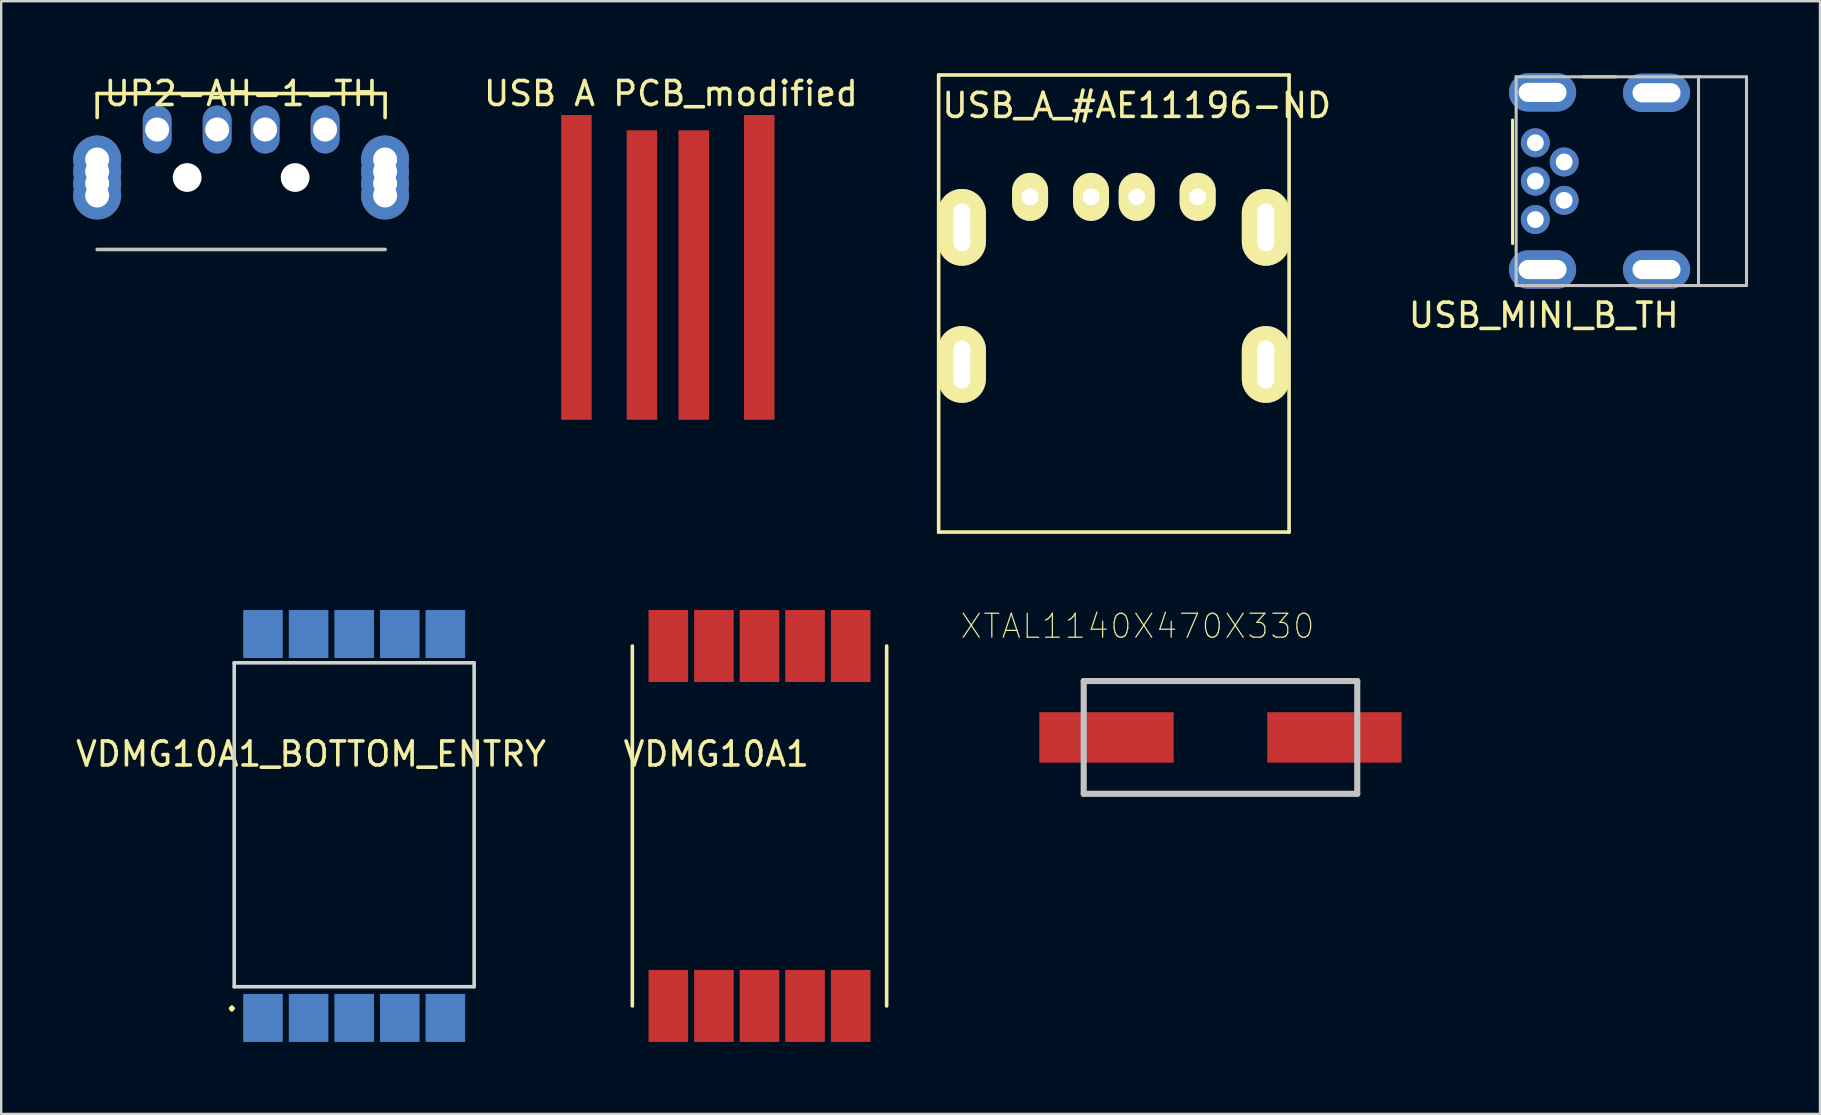
<source format=kicad_pcb>
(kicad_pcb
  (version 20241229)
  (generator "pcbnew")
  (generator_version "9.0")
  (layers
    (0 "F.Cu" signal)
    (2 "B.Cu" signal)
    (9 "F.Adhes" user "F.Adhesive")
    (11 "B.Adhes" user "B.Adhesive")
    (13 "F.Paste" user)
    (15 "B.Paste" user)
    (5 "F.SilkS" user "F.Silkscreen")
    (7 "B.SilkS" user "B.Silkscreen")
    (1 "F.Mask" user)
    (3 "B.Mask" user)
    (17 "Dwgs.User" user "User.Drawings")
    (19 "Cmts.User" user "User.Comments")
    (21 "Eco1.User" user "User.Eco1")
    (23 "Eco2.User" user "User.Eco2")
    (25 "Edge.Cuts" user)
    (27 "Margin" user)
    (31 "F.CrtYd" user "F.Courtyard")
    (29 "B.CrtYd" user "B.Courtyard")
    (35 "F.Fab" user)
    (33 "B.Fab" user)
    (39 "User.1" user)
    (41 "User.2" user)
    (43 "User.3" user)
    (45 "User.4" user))
  (footprint "VDMG10A1"
    (layer "F.Cu")
    (at 28.504 31.175)
    (property "Reference" "VDMG10A1" (at -1.7 -2.8 0) (layer "F.SilkS") (effects (font (size 1 1) (thickness 0.15))))
    (attr through_hole)
    (fp_line (start -5.2 7.7) (end -5.2 -7.3) (stroke (width 0.15) (type solid)) (layer "F.SilkS"))
    (fp_line (start 5.4 -7.3) (end 5.4 7.7) (stroke (width 0.15) (type solid)) (layer "F.SilkS"))
    (pad "1" smd rect (at -3.7 7.7) (size 1.65 3) (layers "F.Cu" "F.Mask" "F.Paste"))
    (pad "2" smd rect (at -1.8 7.7) (size 1.65 3) (layers "F.Cu" "F.Mask" "F.Paste"))
    (pad "3" smd rect (at 0.1 7.7) (size 1.65 3) (layers "F.Cu" "F.Mask" "F.Paste"))
    (pad "4" smd rect (at 2 7.7) (size 1.65 3) (layers "F.Cu" "F.Mask" "F.Paste"))
    (pad "5" smd rect (at 3.9 7.7) (size 1.65 3) (layers "F.Cu" "F.Mask" "F.Paste"))
    (pad "6" smd rect (at 3.9 -7.3) (size 1.65 3) (layers "F.Cu" "F.Mask" "F.Paste"))
    (pad "7" smd rect (at 2 -7.3) (size 1.65 3) (layers "F.Cu" "F.Mask" "F.Paste"))
    (pad "8" smd rect (at 0.1 -7.3) (size 1.65 3) (layers "F.Cu" "F.Mask" "F.Paste"))
    (pad "9" smd rect (at -1.8 -7.3) (size 1.65 3) (layers "F.Cu" "F.Mask" "F.Paste"))
    (pad "10" smd rect (at -3.7 -7.3) (size 1.65 3) (layers "F.Cu" "F.Mask" "F.Paste")))
  (footprint "USB_A_#AE11196-ND"
    (layer "F.Cu")
    (at 36.071 19.125)
    (property "Reference" "USB_A_#AE11196-ND" (at 8.255 -17.78 0) (layer "F.SilkS") (effects (font (size 1 1) (thickness 0.15))))
    (attr through_hole)
    (fp_line (start 0 0) (end 0 -19.05) (stroke (width 0.15) (type solid)) (layer "F.SilkS"))
    (fp_line (start 0 0) (end 14.605 0) (stroke (width 0.15) (type solid)) (layer "F.SilkS"))
    (fp_line (start 14.605 -19.05) (end 0 -19.05) (stroke (width 0.15) (type solid)) (layer "F.SilkS"))
    (fp_line (start 14.605 -19.05) (end 14.605 0) (stroke (width 0.15) (type solid)) (layer "F.SilkS"))
    (pad "0" thru_hole oval (at 0.97 -12.7) (size 2 3.2) (drill oval 0.7 2) (layers "*.Cu" "*.Mask" "F.SilkS"))
    (pad "0" thru_hole oval (at 0.97 -6.985) (size 2 3.2) (drill oval 0.7 2) (layers "*.Cu" "*.Mask" "F.SilkS"))
    (pad "0" thru_hole oval (at 13.635 -12.7) (size 2 3.2) (drill oval 0.7 2) (layers "*.Cu" "*.Mask" "F.SilkS"))
    (pad "0" thru_hole oval (at 13.635 -6.985) (size 2 3.2) (drill oval 0.7 2) (layers "*.Cu" "*.Mask" "F.SilkS"))
    (pad "1" thru_hole oval (at 3.81 -13.97) (size 1.5 2) (drill 0.7) (layers "*.Cu" "*.Mask" "F.SilkS"))
    (pad "2" thru_hole oval (at 6.35 -13.97) (size 1.5 2) (drill 0.7) (layers "*.Cu" "*.Mask" "F.SilkS"))
    (pad "3" thru_hole oval (at 8.255 -13.97) (size 1.5 2) (drill 0.7) (layers "*.Cu" "*.Mask" "F.SilkS"))
    (pad "4" thru_hole oval (at 10.795 -13.97) (size 1.5 2) (drill 0.7) (layers "*.Cu" "*.Mask" "F.SilkS")))
  (footprint "USB A PCB_modified"
    (layer "F.Cu")
    (at 24.911 0.348)
    (property "Reference" "USB A PCB_modified" (at 0 0.5 0) (layer "F.SilkS") (effects (font (size 1 1) (thickness 0.15))))
    (attr through_hole)
    (pad "1" connect rect (at -3.937 7.747) (size 1.27 12.7) (layers "F.Cu" "F.Mask"))
    (pad "2" connect rect (at -1.206 8.065) (size 1.27 12.065) (layers "F.Cu" "F.Mask"))
    (pad "3" connect rect (at 0.953 8.065) (size 1.27 12.065) (layers "F.Cu" "F.Mask"))
    (pad "4" connect rect (at 3.683 7.747) (size 1.27 12.7) (layers "F.Cu" "F.Mask")))
  (footprint "XTAL1140X470X330"
    (layer "F.Cu")
    (at 47.818 27.683)
    (property "Reference" "XTAL1140X470X330" (at -3.46 -4.635 0) (layer "F.SilkS") (effects (font (size 1 1) (thickness 0.05))))
    (attr smd)
    (fp_line (start -5.701 -2.349) (end -5.701 2.351) (stroke (width 0.254) (type solid)) (layer "Dwgs.User"))
    (fp_line (start -5.701 2.351) (end 5.699 2.351) (stroke (width 0.254) (type solid)) (layer "Dwgs.User"))
    (fp_line (start 5.699 -2.349) (end -5.701 -2.349) (stroke (width 0.254) (type solid)) (layer "Dwgs.User"))
    (fp_line (start 5.699 2.351) (end 5.699 -2.349) (stroke (width 0.254) (type solid)) (layer "Dwgs.User"))
    (pad "1" smd rect (at -4.752 0.001) (size 5.6 2.1) (layers "F.Cu" "F.Mask" "F.Paste"))
    (pad "2" smd rect (at 4.748 0.001) (size 5.6 2.1) (layers "F.Cu" "F.Mask" "F.Paste")))
  (footprint "VDMG10A1_BOTTOM_ENTRY"
    (layer "F.Cu")
    (at 11.611 31.175)
    (property "Reference" "VDMG10A1_BOTTOM_ENTRY" (at -1.7 -2.8 0) (layer "F.SilkS") (effects (font (size 1 1) (thickness 0.15))))
    (attr through_hole)
    (fp_line (start -4.9 -6.6) (end -4.9 6.9) (stroke (width 0.15) (type solid)) (layer "Edge.Cuts"))
    (fp_line (start -4.9 -6.6) (end 5.1 -6.6) (stroke (width 0.15) (type solid)) (layer "Edge.Cuts"))
    (fp_line (start -4.9 6.9) (end 5.1 6.9) (stroke (width 0.15) (type solid)) (layer "Edge.Cuts"))
    (fp_line (start 5.1 -6.6) (end 5.1 6.9) (stroke (width 0.15) (type solid)) (layer "Edge.Cuts"))
    (fp_text user "." (at -5 7.4 0) (layer "F.SilkS") (effects (font (size 1 1) (thickness 0.15))))
    (pad "1" smd rect (at -3.7 8.2) (size 1.65 2) (layers "B.Cu" "B.Mask"))
    (pad "2" smd rect (at -1.8 8.2) (size 1.65 2) (layers "B.Cu" "B.Mask"))
    (pad "3" smd rect (at 0.1 8.2) (size 1.65 2) (layers "B.Cu" "B.Mask"))
    (pad "4" smd rect (at 2 8.2) (size 1.65 2) (layers "B.Cu" "B.Mask"))
    (pad "5" smd rect (at 3.9 8.2) (size 1.65 2) (layers "B.Cu" "B.Mask"))
    (pad "6" smd rect (at 3.9 -7.8) (size 1.65 2) (layers "B.Cu" "B.Mask"))
    (pad "7" smd rect (at 2 -7.8) (size 1.65 2) (layers "B.Cu" "B.Mask"))
    (pad "8" smd rect (at 0.1 -7.8) (size 1.65 2) (layers "B.Cu" "B.Mask"))
    (pad "9" smd rect (at -1.8 -7.8) (size 1.65 2) (layers "B.Cu" "B.Mask"))
    (pad "10" smd rect (at -3.7 -7.8) (size 1.65 2) (layers "B.Cu" "B.Mask")))
  (footprint "UP2-AH-1-TH"
    (layer "F.Cu")
    (at 7 4.348)
    (property "Reference" "UP2-AH-1-TH" (at 0 -3.5 0) (layer "F.SilkS") (effects (font (size 1 1) (thickness 0.15))))
    (attr through_hole)
    (fp_line (start -6 -3.5) (end 6 -3.5) (stroke (width 0.15) (type solid)) (layer "F.SilkS"))
    (fp_line (start -6 -2.5) (end -6 -3.5) (stroke (width 0.15) (type solid)) (layer "F.SilkS"))
    (fp_line (start 6 -3.5) (end 6 -2.5) (stroke (width 0.15) (type solid)) (layer "F.SilkS"))
    (fp_line (start -6 3) (end 6 3) (stroke (width 0.15) (type solid)) (layer "Dwgs.User"))
    (pad "" np_thru_hole circle (at -2.25 0) (size 1.2 1.2) (drill 1.2) (layers "*.Mask" "F.Cu"))
    (pad "" np_thru_hole circle (at 2.25 0) (size 1.2 1.2) (drill 1.2) (layers "*.Mask" "F.Cu"))
    (pad "1" thru_hole oval (at 3.5 -2) (size 1.2 2) (drill 1) (layers "*.Cu" "*.Mask"))
    (pad "2" thru_hole oval (at 1 -2) (size 1.2 2) (drill 1) (layers "*.Cu" "*.Mask"))
    (pad "3" thru_hole oval (at -1 -2) (size 1.2 2) (drill 1) (layers "*.Cu" "*.Mask"))
    (pad "4" thru_hole oval (at -3.5 -2) (size 1.2 2) (drill 1) (layers "*.Cu" "*.Mask"))
    (pad "5" thru_hole circle (at -6 -0.75) (size 2 2) (drill oval 1) (layers "*.Cu" "*.Mask"))
    (pad "5" thru_hole circle (at -6 -0.25) (size 2 2) (drill oval 1) (layers "*.Cu" "*.Mask"))
    (pad "5" thru_hole circle (at -6 0.25) (size 2 2) (drill oval 1) (layers "*.Cu" "*.Mask"))
    (pad "5" thru_hole circle (at -6 0.75) (size 2 2) (drill oval 1) (layers "*.Cu" "*.Mask"))
    (pad "5" thru_hole circle (at 6 -0.75) (size 2 2) (drill oval 1) (layers "*.Cu" "*.Mask"))
    (pad "5" thru_hole circle (at 6 -0.25) (size 2 2) (drill oval 1) (layers "*.Cu" "*.Mask"))
    (pad "5" thru_hole circle (at 6 0.25) (size 2 2) (drill oval 1) (layers "*.Cu" "*.Mask"))
    (pad "5" thru_hole circle (at 6 0.75) (size 2 2) (drill oval 1) (layers "*.Cu" "*.Mask")))
  (footprint "USB_MINI_B_TH"
    (layer "F.Cu")
    (at 65.99 4.5)
    (property "Reference" "USB_MINI_B_TH" (at -4.699 5.588 0) (layer "F.SilkS") (effects (font (size 1 1) (thickness 0.15))))
    (attr through_hole)
    (fp_line (start -6 2.6) (end -6 -2.55) (stroke (width 0.127) (type solid)) (layer "F.SilkS"))
    (fp_line (start -3.05 -4.35) (end -1.7 -4.35) (stroke (width 0.127) (type solid)) (layer "F.SilkS"))
    (fp_line (start -1.7 4.35) (end -3.1 4.35) (stroke (width 0.127) (type solid)) (layer "F.SilkS"))
    (fp_line (start -5.85 -4.35) (end -5.85 4.35) (stroke (width 0.127) (type solid)) (layer "Dwgs.User"))
    (fp_line (start -5.85 4.35) (end 1.75 4.35) (stroke (width 0.127) (type solid)) (layer "Dwgs.User"))
    (fp_line (start 1.75 -4.35) (end -5.85 -4.35) (stroke (width 0.127) (type solid)) (layer "Dwgs.User"))
    (fp_line (start 1.75 -4.35) (end 1.75 4.35) (stroke (width 0.127) (type solid)) (layer "Dwgs.User"))
    (fp_line (start 1.75 4.35) (end 3.75 4.35) (stroke (width 0.127) (type solid)) (layer "Dwgs.User"))
    (fp_line (start 3.75 -4.35) (end 1.75 -4.35) (stroke (width 0.127) (type solid)) (layer "Dwgs.User"))
    (fp_line (start 3.75 4.35) (end 3.75 -4.35) (stroke (width 0.127) (type solid)) (layer "Dwgs.User"))
    (fp_line (start -0.6 -4) (end 0.6 -4) (stroke (width 0.0001) (type solid)) (layer "Edge.Cuts"))
    (fp_line (start -0.6 -3.3) (end 0.6 -3.3) (stroke (width 0.0001) (type solid)) (layer "Edge.Cuts"))
    (fp_line (start -0.6 3.3) (end 0.6 3.3) (stroke (width 0.0001) (type solid)) (layer "Edge.Cuts"))
    (fp_line (start -0.6 4) (end 0.6 4) (stroke (width 0.0001) (type solid)) (layer "Edge.Cuts"))
    (fp_arc (start -0.95 -3.65) (mid -0.847487 -3.897487) (end -0.6 -4) (stroke (width 0.0001) (type solid)) (layer "Edge.Cuts"))
    (fp_arc (start -0.95 3.65) (mid -0.847487 3.402513) (end -0.6 3.3) (stroke (width 0.0001) (type solid)) (layer "Edge.Cuts"))
    (fp_arc (start -0.6 -3.3) (mid -0.847487 -3.402513) (end -0.95 -3.65) (stroke (width 0.0001) (type solid)) (layer "Edge.Cuts"))
    (fp_arc (start -0.6 4) (mid -0.847487 3.897487) (end -0.95 3.65) (stroke (width 0.0001) (type solid)) (layer "Edge.Cuts"))
    (fp_arc (start 0.6 -4) (mid 0.847487 -3.897487) (end 0.95 -3.65) (stroke (width 0.0001) (type solid)) (layer "Edge.Cuts"))
    (fp_arc (start 0.6 3.3) (mid 0.847487 3.402513) (end 0.95 3.65) (stroke (width 0.0001) (type solid)) (layer "Edge.Cuts"))
    (fp_arc (start 0.95 -3.65) (mid 0.847487 -3.402513) (end 0.6 -3.3) (stroke (width 0.0001) (type solid)) (layer "Edge.Cuts"))
    (fp_arc (start 0.95 3.65) (mid 0.847487 3.897487) (end 0.6 4) (stroke (width 0.0001) (type solid)) (layer "Edge.Cuts"))
    (pad "1" thru_hole circle (at -5.05 1.6) (size 1.208 1.208) (drill 0.7) (layers "*.Cu" "*.Mask"))
    (pad "2" thru_hole circle (at -3.85 0.8) (size 1.208 1.208) (drill 0.7) (layers "*.Cu" "*.Mask"))
    (pad "3" thru_hole circle (at -5.05 0) (size 1.208 1.208) (drill 0.7) (layers "*.Cu" "*.Mask"))
    (pad "4" thru_hole circle (at -3.85 -0.8) (size 1.208 1.208) (drill 0.7) (layers "*.Cu" "*.Mask"))
    (pad "5" thru_hole circle (at -5.05 -1.6) (size 1.208 1.208) (drill 0.7) (layers "*.Cu" "*.Mask"))
    (pad "6" thru_hole oval (at -4.75 -3.7) (size 2.8 1.6) (drill oval 2 0.8) (layers "*.Cu" "*.Mask"))
    (pad "6" thru_hole oval (at -4.75 3.683) (size 2.8 1.6) (drill oval 2 0.8) (layers "*.Cu" "*.Mask"))
    (pad "6" thru_hole oval (at 0 -3.683) (size 2.8 1.6) (drill oval 2 0.8) (layers "*.Cu" "*.Mask"))
    (pad "6" thru_hole oval (at 0 3.683) (size 2.8 1.6) (drill oval 2 0.8) (layers "*.Cu" "*.Mask")))
  (gr_rect
    (start -3 -3)
    (end 72.803 43.375)
    (stroke (width 0.1) (type default))
    (fill no)
    (layer "Edge.Cuts")))
</source>
